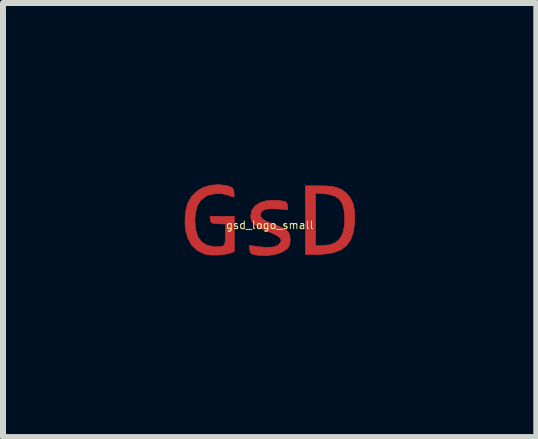
<source format=kicad_pcb>
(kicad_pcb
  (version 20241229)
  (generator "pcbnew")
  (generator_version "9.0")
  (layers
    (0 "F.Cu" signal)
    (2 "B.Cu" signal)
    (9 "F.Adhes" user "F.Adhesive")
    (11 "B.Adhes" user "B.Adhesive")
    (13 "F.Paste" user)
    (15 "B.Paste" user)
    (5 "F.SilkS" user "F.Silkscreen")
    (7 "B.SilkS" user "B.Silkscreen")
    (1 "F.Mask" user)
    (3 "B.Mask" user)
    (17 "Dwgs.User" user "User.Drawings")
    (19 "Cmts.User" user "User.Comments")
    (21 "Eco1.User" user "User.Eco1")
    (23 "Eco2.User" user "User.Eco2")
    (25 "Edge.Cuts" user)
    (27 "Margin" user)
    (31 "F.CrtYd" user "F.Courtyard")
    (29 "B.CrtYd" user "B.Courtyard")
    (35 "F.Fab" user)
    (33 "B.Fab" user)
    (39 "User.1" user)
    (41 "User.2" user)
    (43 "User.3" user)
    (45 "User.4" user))
  (footprint "gsd_logo_small"
    (layer "F.Cu")
    (at 1.447 0.703)
    (property "Reference" "gsd_logo_small" (at 0 0 0) (layer "F.SilkS") (effects (font (size 0.127 0.127) (thickness 0.000001))))
    (attr through_hole)
    (fp_poly (pts (xy 0.81 -0.656) (xy 0.949 -0.653) (xy 1.055 -0.642) (xy 1.138 -0.62) (xy 1.206 -0.587) (xy 1.27 -0.538) (xy 1.27 -0.537) (xy 1.34 -0.457) (xy 1.386 -0.362) (xy 1.41 -0.245) (xy 1.415 -0.097) (xy 1.414 -0.056) (xy 1.394 0.107) (xy 1.35 0.238) (xy 1.279 0.339) (xy 1.18 0.413) (xy 1.049 0.46) (xy 0.885 0.484) (xy 0.78 0.487) (xy 0.593 0.487) (xy 0.593 0.339) (xy 0.762 0.339) (xy 0.884 0.339) (xy 0.999 0.327) (xy 1.079 0.299) (xy 1.161 0.234) (xy 1.215 0.138) (xy 1.244 0.01) (xy 1.249 -0.088) (xy 1.24 -0.236) (xy 1.211 -0.35) (xy 1.159 -0.432) (xy 1.081 -0.486) (xy 0.975 -0.517) (xy 0.908 -0.524) (xy 0.762 -0.535) (xy 0.762 0.339) (xy 0.593 0.339) (xy 0.593 -0.656) (xy 0.81 -0.656)) (stroke (width 0.01) (type solid)) (fill yes) (layer "F.Cu"))
    (fp_poly (pts (xy -0.73 -0.662) (xy -0.677 -0.648) (xy -0.626 -0.623) (xy -0.604 -0.588) (xy -0.597 -0.543) (xy -0.593 -0.492) (xy -0.601 -0.471) (xy -0.629 -0.475) (xy -0.685 -0.497) (xy -0.793 -0.525) (xy -0.911 -0.526) (xy -1.021 -0.502) (xy -1.067 -0.481) (xy -1.152 -0.414) (xy -1.209 -0.323) (xy -1.241 -0.204) (xy -1.249 -0.077) (xy -1.236 0.076) (xy -1.197 0.197) (xy -1.131 0.284) (xy -1.04 0.338) (xy -0.922 0.359) (xy -0.902 0.36) (xy -0.828 0.358) (xy -0.78 0.348) (xy -0.755 0.321) (xy -0.743 0.269) (xy -0.741 0.186) (xy -0.741 0.158) (xy -0.741 -0.019) (xy -0.863 -0.025) (xy -0.931 -0.03) (xy -0.969 -0.04) (xy -0.985 -0.059) (xy -0.991 -0.09) (xy -0.998 -0.148) (xy -0.593 -0.148) (xy -0.593 0.44) (xy -0.661 0.465) (xy -0.746 0.485) (xy -0.851 0.497) (xy -0.958 0.498) (xy -1.049 0.49) (xy -1.085 0.481) (xy -1.209 0.422) (xy -1.302 0.335) (xy -1.367 0.218) (xy -1.405 0.071) (xy -1.414 -0.024) (xy -1.409 -0.202) (xy -1.374 -0.352) (xy -1.308 -0.474) (xy -1.21 -0.57) (xy -1.111 -0.628) (xy -0.993 -0.664) (xy -0.859 -0.676) (xy -0.73 -0.662)) (stroke (width 0.01) (type solid)) (fill yes) (layer "F.Cu"))
    (fp_poly (pts (xy 0.163 -0.409) (xy 0.232 -0.398) (xy 0.269 -0.385) (xy 0.286 -0.363) (xy 0.292 -0.326) (xy 0.292 -0.326) (xy 0.299 -0.26) (xy 0.14 -0.27) (xy 0.024 -0.274) (xy -0.058 -0.268) (xy -0.112 -0.249) (xy -0.145 -0.217) (xy -0.148 -0.211) (xy -0.159 -0.159) (xy -0.132 -0.111) (xy -0.064 -0.068) (xy -0.005 -0.043) (xy 0.121 0.004) (xy 0.212 0.045) (xy 0.274 0.083) (xy 0.312 0.123) (xy 0.332 0.169) (xy 0.338 0.228) (xy 0.339 0.25) (xy 0.332 0.319) (xy 0.306 0.37) (xy 0.276 0.402) (xy 0.193 0.454) (xy 0.082 0.489) (xy -0.048 0.506) (xy -0.184 0.502) (xy -0.265 0.49) (xy -0.31 0.472) (xy -0.33 0.437) (xy -0.335 0.406) (xy -0.341 0.337) (xy -0.229 0.354) (xy -0.078 0.369) (xy 0.038 0.366) (xy 0.118 0.344) (xy 0.152 0.319) (xy 0.18 0.278) (xy 0.191 0.252) (xy 0.171 0.212) (xy 0.115 0.17) (xy 0.029 0.128) (xy -0.031 0.106) (xy -0.116 0.072) (xy -0.195 0.031) (xy -0.245 -0.005) (xy -0.293 -0.053) (xy -0.313 -0.101) (xy -0.318 -0.159) (xy -0.298 -0.25) (xy -0.244 -0.323) (xy -0.16 -0.377) (xy -0.049 -0.409) (xy 0.083 -0.416) (xy 0.163 -0.409)) (stroke (width 0.01) (type solid)) (fill yes) (layer "F.Cu"))
    (fp_poly (pts (xy 0.799 -0.677) (xy 0.966 -0.671) (xy 1.097 -0.653) (xy 1.2 -0.618) (xy 1.281 -0.566) (xy 1.345 -0.492) (xy 1.375 -0.444) (xy 1.402 -0.388) (xy 1.419 -0.329) (xy 1.429 -0.253) (xy 1.436 -0.148) (xy 1.436 -0.145) (xy 1.435 0.01) (xy 1.418 0.133) (xy 1.381 0.232) (xy 1.323 0.315) (xy 1.296 0.343) (xy 1.227 0.404) (xy 1.163 0.447) (xy 1.092 0.475) (xy 1.005 0.492) (xy 0.891 0.501) (xy 0.82 0.504) (xy 0.572 0.512) (xy 0.572 0.345) (xy 0.762 0.345) (xy 0.892 0.333) (xy 0.986 0.317) (xy 1.058 0.292) (xy 1.076 0.281) (xy 1.137 0.231) (xy 1.177 0.18) (xy 1.201 0.119) (xy 1.214 0.037) (xy 1.217 -0.075) (xy 1.217 -0.092) (xy 1.211 -0.233) (xy 1.19 -0.338) (xy 1.149 -0.412) (xy 1.086 -0.461) (xy 0.995 -0.49) (xy 0.9 -0.503) (xy 0.762 -0.514) (xy 0.762 0.345) (xy 0.572 0.345) (xy 0.572 -0.677) (xy 0.799 -0.677)) (stroke (width 0.01) (type solid)) (fill yes) (layer "F.Mask"))
    (fp_poly (pts (xy -0.71 -0.685) (xy -0.667 -0.674) (xy -0.618 -0.655) (xy -0.592 -0.633) (xy -0.58 -0.595) (xy -0.576 -0.533) (xy -0.569 -0.421) (xy -0.639 -0.458) (xy -0.718 -0.485) (xy -0.831 -0.496) (xy -0.861 -0.497) (xy -0.973 -0.49) (xy -1.055 -0.464) (xy -1.118 -0.413) (xy -1.172 -0.332) (xy -1.18 -0.317) (xy -1.216 -0.215) (xy -1.229 -0.099) (xy -1.223 0.019) (xy -1.197 0.13) (xy -1.154 0.222) (xy -1.095 0.285) (xy -1.093 0.286) (xy -1.018 0.318) (xy -0.925 0.335) (xy -0.836 0.334) (xy -0.816 0.33) (xy -0.789 0.321) (xy -0.772 0.304) (xy -0.765 0.269) (xy -0.762 0.207) (xy -0.762 0.158) (xy -0.762 0) (xy -0.995 0) (xy -0.995 -0.169) (xy -0.572 -0.169) (xy -0.572 0.46) (xy -0.695 0.495) (xy -0.814 0.519) (xy -0.936 0.527) (xy -1.043 0.518) (xy -1.08 0.509) (xy -1.212 0.45) (xy -1.314 0.363) (xy -1.386 0.246) (xy -1.428 0.099) (xy -1.442 -0.074) (xy -1.428 -0.247) (xy -1.387 -0.391) (xy -1.315 -0.508) (xy -1.213 -0.601) (xy -1.171 -0.628) (xy -1.074 -0.667) (xy -0.954 -0.691) (xy -0.827 -0.698) (xy -0.71 -0.685)) (stroke (width 0.01) (type solid)) (fill yes) (layer "F.Mask"))
    (fp_poly (pts (xy 0.155 -0.43) (xy 0.307 -0.413) (xy 0.32 -0.216) (xy 0.239 -0.234) (xy 0.151 -0.248) (xy 0.059 -0.253) (xy -0.024 -0.248) (xy -0.082 -0.234) (xy -0.086 -0.232) (xy -0.12 -0.194) (xy -0.123 -0.146) (xy -0.101 -0.11) (xy -0.068 -0.093) (xy -0.008 -0.069) (xy 0.068 -0.043) (xy 0.072 -0.041) (xy 0.179 0.002) (xy 0.267 0.053) (xy 0.295 0.075) (xy 0.342 0.125) (xy 0.365 0.171) (xy 0.37 0.234) (xy 0.37 0.243) (xy 0.366 0.309) (xy 0.347 0.355) (xy 0.304 0.403) (xy 0.293 0.413) (xy 0.228 0.461) (xy 0.157 0.498) (xy 0.134 0.506) (xy 0.052 0.52) (xy -0.054 0.526) (xy -0.167 0.523) (xy -0.271 0.511) (xy -0.275 0.511) (xy -0.32 0.5) (xy -0.342 0.481) (xy -0.352 0.441) (xy -0.356 0.394) (xy -0.358 0.333) (xy -0.353 0.306) (xy -0.336 0.303) (xy -0.324 0.307) (xy -0.278 0.318) (xy -0.204 0.327) (xy -0.115 0.333) (xy -0.026 0.337) (xy 0.048 0.336) (xy 0.092 0.331) (xy 0.142 0.303) (xy 0.159 0.262) (xy 0.138 0.216) (xy 0.133 0.21) (xy 0.095 0.186) (xy 0.029 0.156) (xy -0.049 0.127) (xy -0.053 0.126) (xy -0.18 0.074) (xy -0.269 0.013) (xy -0.321 -0.061) (xy -0.339 -0.149) (xy -0.339 -0.155) (xy -0.32 -0.255) (xy -0.266 -0.334) (xy -0.181 -0.393) (xy -0.067 -0.427) (xy 0.071 -0.437) (xy 0.155 -0.43)) (stroke (width 0.01) (type solid)) (fill yes) (layer "F.Mask")))
  (gr_rect
    (start -3 -3)
    (end 5.888 4.234)
    (stroke (width 0.1) (type default))
    (fill no)
    (layer "Edge.Cuts")))
</source>
